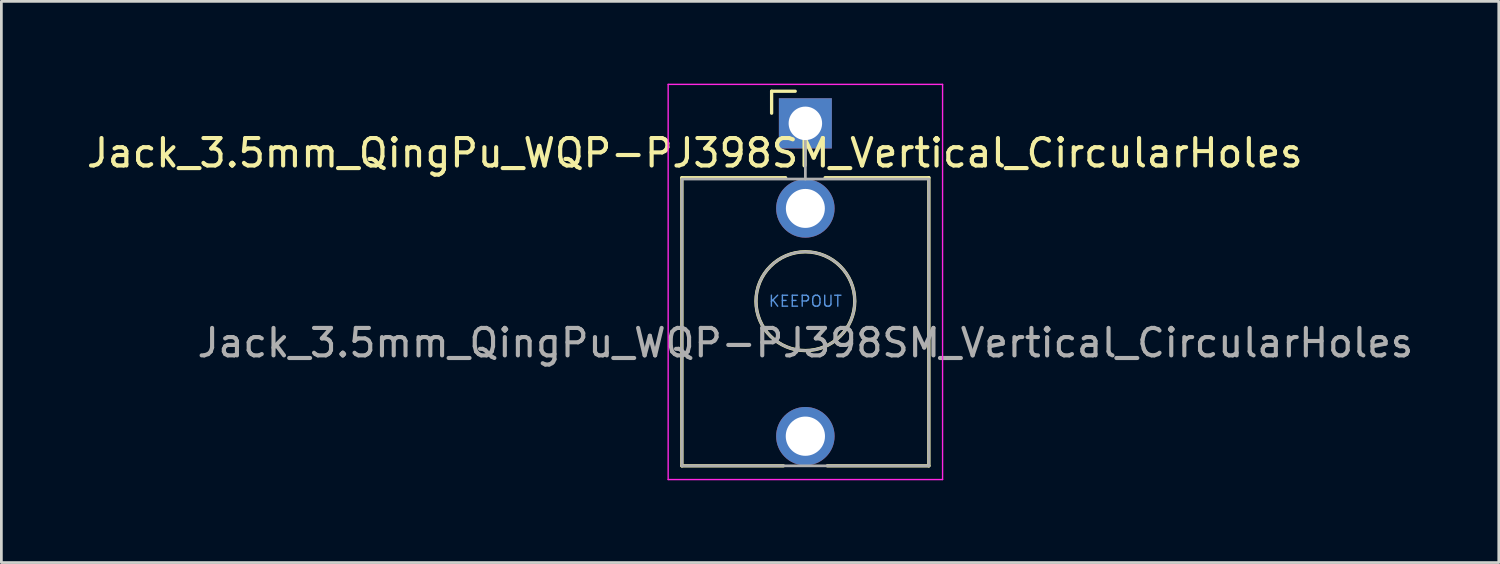
<source format=kicad_pcb>
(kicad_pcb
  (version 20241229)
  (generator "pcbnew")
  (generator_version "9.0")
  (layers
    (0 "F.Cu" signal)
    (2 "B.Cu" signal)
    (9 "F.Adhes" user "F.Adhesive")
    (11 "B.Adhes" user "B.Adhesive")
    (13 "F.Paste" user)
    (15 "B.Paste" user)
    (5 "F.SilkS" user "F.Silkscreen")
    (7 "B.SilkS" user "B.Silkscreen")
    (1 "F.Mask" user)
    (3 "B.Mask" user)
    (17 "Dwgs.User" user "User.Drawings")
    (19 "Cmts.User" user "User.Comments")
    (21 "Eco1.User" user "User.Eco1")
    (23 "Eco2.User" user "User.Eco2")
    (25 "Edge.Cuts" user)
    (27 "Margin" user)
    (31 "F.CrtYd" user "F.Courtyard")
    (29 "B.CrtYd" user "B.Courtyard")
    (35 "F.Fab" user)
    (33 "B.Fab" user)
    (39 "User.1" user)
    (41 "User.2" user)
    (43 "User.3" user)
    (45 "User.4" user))
  (footprint "Jack_3.5mm_QingPu_WQP-PJ398SM_Vertical_CircularHoles"
    (layer "F.Cu")
    (at 26.298 1.445)
    (property "Reference" "Jack_3.5mm_QingPu_WQP-PJ398SM_Vertical_CircularHoles" (at -4.03 1.08 180) (layer "F.SilkS") (effects (font (size 1 1) (thickness 0.15))))
    (attr through_hole)
    (fp_line (start -4.5 1.98) (end -4.5 12.48) (stroke (width 0.12) (type solid)) (layer "F.SilkS"))
    (fp_line (start -1.23 -1.17) (end -1.23 -0.37) (stroke (width 0.12) (type solid)) (layer "F.SilkS"))
    (fp_line (start -1.23 -1.17) (end -0.37 -1.17) (stroke (width 0.12) (type solid)) (layer "F.SilkS"))
    (fp_line (start -0.8 12.48) (end -4.5 12.48) (stroke (width 0.12) (type solid)) (layer "F.SilkS"))
    (fp_line (start -0.72 1.98) (end -4.5 1.98) (stroke (width 0.12) (type solid)) (layer "F.SilkS"))
    (fp_line (start 4.5 1.98) (end 0.72 1.98) (stroke (width 0.12) (type solid)) (layer "F.SilkS"))
    (fp_line (start 4.5 1.98) (end 4.5 12.48) (stroke (width 0.12) (type solid)) (layer "F.SilkS"))
    (fp_line (start 4.5 12.48) (end 0.8 12.48) (stroke (width 0.12) (type solid)) (layer "F.SilkS"))
    (fp_circle (center 0 6.48) (end 1.8 6.48) (stroke (width 0.12) (type solid)) (fill no) (layer "F.SilkS"))
    (fp_line (start -5 12.98) (end -5 -1.42) (stroke (width 0.05) (type solid)) (layer "F.CrtYd"))
    (fp_line (start 5 -1.42) (end -5 -1.42) (stroke (width 0.05) (type solid)) (layer "F.CrtYd"))
    (fp_line (start 5 12.98) (end -5 12.98) (stroke (width 0.05) (type solid)) (layer "F.CrtYd"))
    (fp_line (start 5 12.98) (end 5 -1.42) (stroke (width 0.05) (type solid)) (layer "F.CrtYd"))
    (fp_line (start -4.5 12.48) (end -4.5 2.08) (stroke (width 0.1) (type solid)) (layer "F.Fab"))
    (fp_line (start 0 0) (end 0 2.03) (stroke (width 0.1) (type solid)) (layer "F.Fab"))
    (fp_line (start 4.5 2.03) (end -4.5 2.03) (stroke (width 0.1) (type solid)) (layer "F.Fab"))
    (fp_line (start 4.5 12.48) (end -4.5 12.48) (stroke (width 0.1) (type solid)) (layer "F.Fab"))
    (fp_line (start 4.5 12.48) (end 4.5 2.08) (stroke (width 0.1) (type solid)) (layer "F.Fab"))
    (fp_circle (center 0 6.48) (end 1.8 6.48) (stroke (width 0.1) (type solid)) (fill no) (layer "F.Fab"))
    (fp_text user "KEEPOUT" (at 0 6.48 0) (layer "Cmts.User") (effects (font (size 0.4 0.4) (thickness 0.051))))
    (fp_text user "${REFERENCE}" (at 0 8 180) (layer "F.Fab") (effects (font (size 1 1) (thickness 0.15))))
    (pad "R" thru_hole circle (at 0 3.1 180) (size 2.13 2.13) (drill 1.42) (layers "*.Cu" "*.Mask"))
    (pad "S" thru_hole rect (at 0 0 180) (size 1.93 1.83) (drill 1.22) (layers "*.Cu" "*.Mask"))
    (pad "T" thru_hole circle (at 0 11.4 180) (size 2.13 2.13) (drill 1.43) (layers "*.Cu" "*.Mask"))
    (zone (net_name "") (layer "F.Cu") (hatch full 0.508) (connect_pads) (min_thickness 0.254) (filled_areas_thickness no) (keepout (tracks not_allowed) (vias not_allowed) (pads not_allowed) (copperpour not_allowed) (footprints not_allowed)) (placement (enabled no)) (fill) (polygon (pts (xy 27.803 7.925) (xy 27.783 7.679) (xy 27.723 7.44) (xy 27.624 7.214) (xy 27.49 7.007) (xy 27.324 6.824) (xy 27.131 6.671) (xy 26.915 6.552) (xy 26.682 6.47) (xy 26.44 6.427) (xy 26.193 6.424) (xy 25.949 6.461) (xy 25.715 6.537) (xy 25.496 6.651) (xy 25.299 6.799) (xy 25.128 6.978) (xy 24.989 7.182) (xy 24.885 7.405) (xy 24.819 7.643) (xy 24.793 7.888) (xy 24.807 8.134) (xy 24.862 8.375) (xy 24.954 8.604) (xy 25.083 8.814) (xy 25.245 9) (xy 25.435 9.158) (xy 25.648 9.282) (xy 25.878 9.37) (xy 26.12 9.42) (xy 26.366 9.429) (xy 26.611 9.397) (xy 26.847 9.326) (xy 27.069 9.218) (xy 27.269 9.075) (xy 27.444 8.901) (xy 27.588 8.7) (xy 27.697 8.479) (xy 27.769 8.243) (xy 27.801 7.999)))))
  (gr_rect
    (start -3 -3)
    (end 51.566 17.45)
    (stroke (width 0.1) (type default))
    (fill no)
    (layer "Edge.Cuts")))
</source>
